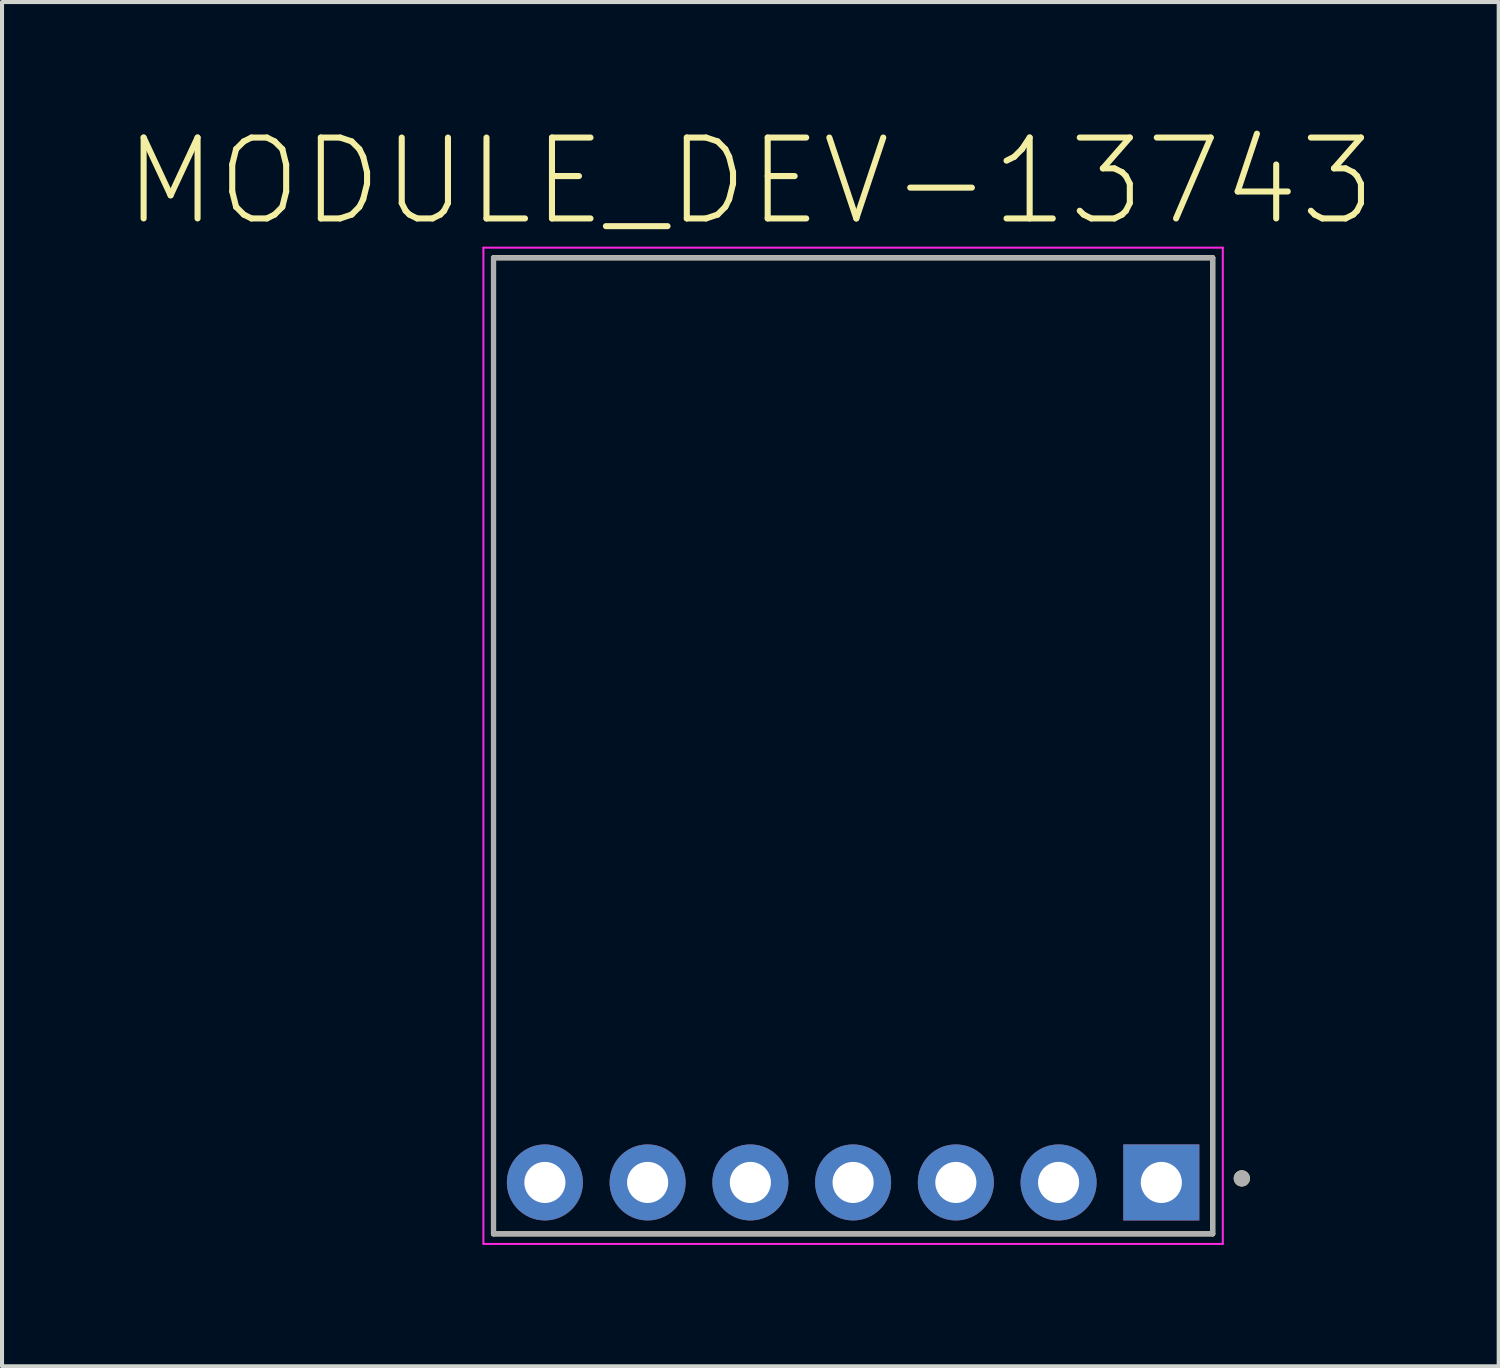
<source format=kicad_pcb>
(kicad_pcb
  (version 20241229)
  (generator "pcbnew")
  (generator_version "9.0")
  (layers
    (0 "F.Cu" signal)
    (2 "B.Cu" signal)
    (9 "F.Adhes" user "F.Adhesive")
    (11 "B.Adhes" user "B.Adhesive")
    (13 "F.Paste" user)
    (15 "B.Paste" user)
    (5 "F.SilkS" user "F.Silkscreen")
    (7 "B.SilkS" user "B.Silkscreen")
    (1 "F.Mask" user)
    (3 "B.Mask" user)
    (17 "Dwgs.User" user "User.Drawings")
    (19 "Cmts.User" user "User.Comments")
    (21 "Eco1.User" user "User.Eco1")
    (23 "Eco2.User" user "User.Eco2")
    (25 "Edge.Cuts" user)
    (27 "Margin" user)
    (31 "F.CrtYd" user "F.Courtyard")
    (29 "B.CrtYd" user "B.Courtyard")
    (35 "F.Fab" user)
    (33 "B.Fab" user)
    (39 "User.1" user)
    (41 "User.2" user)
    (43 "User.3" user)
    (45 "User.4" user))
  (footprint "MODULE_DEV-13743"
    (layer "F.Cu")
    (at 18.041 15.388)
    (property "Reference" "MODULE_DEV-13743" (at -2.54 -13.955 0) (layer "F.SilkS") (effects (font (size 2 2) (thickness 0.15))))
    (attr through_hole)
    (fp_line (start -8.89 -12.065) (end 8.89 -12.065) (stroke (width 0.127) (type solid)) (layer "F.SilkS"))
    (fp_line (start -8.89 12.065) (end -8.89 -12.065) (stroke (width 0.127) (type solid)) (layer "F.SilkS"))
    (fp_line (start 8.89 -12.065) (end 8.89 12.065) (stroke (width 0.127) (type solid)) (layer "F.SilkS"))
    (fp_line (start 8.89 12.065) (end -8.89 12.065) (stroke (width 0.127) (type solid)) (layer "F.SilkS"))
    (fp_circle (center 9.61 10.695) (end 9.71 10.695) (stroke (width 0.2) (type solid)) (fill no) (layer "F.SilkS"))
    (fp_line (start -9.14 -12.315) (end 9.14 -12.315) (stroke (width 0.05) (type solid)) (layer "F.CrtYd"))
    (fp_line (start -9.14 12.315) (end -9.14 -12.315) (stroke (width 0.05) (type solid)) (layer "F.CrtYd"))
    (fp_line (start 9.14 -12.315) (end 9.14 12.315) (stroke (width 0.05) (type solid)) (layer "F.CrtYd"))
    (fp_line (start 9.14 12.315) (end -9.14 12.315) (stroke (width 0.05) (type solid)) (layer "F.CrtYd"))
    (fp_line (start -8.89 -12.065) (end 8.89 -12.065) (stroke (width 0.127) (type solid)) (layer "F.Fab"))
    (fp_line (start -8.89 12.065) (end -8.89 -12.065) (stroke (width 0.127) (type solid)) (layer "F.Fab"))
    (fp_line (start 8.89 -12.065) (end 8.89 12.065) (stroke (width 0.127) (type solid)) (layer "F.Fab"))
    (fp_line (start 8.89 12.065) (end -8.89 12.065) (stroke (width 0.127) (type solid)) (layer "F.Fab"))
    (fp_circle (center 9.61 10.695) (end 9.71 10.695) (stroke (width 0.2) (type solid)) (fill no) (layer "F.Fab"))
    (pad "1" thru_hole rect (at 7.62 10.795) (size 1.88 1.88) (drill 1.016) (layers "*.Cu" "*.Mask"))
    (pad "2" thru_hole circle (at 5.08 10.795) (size 1.88 1.88) (drill 1.016) (layers "*.Cu" "*.Mask"))
    (pad "3" thru_hole circle (at 2.54 10.795) (size 1.88 1.88) (drill 1.016) (layers "*.Cu" "*.Mask"))
    (pad "4" thru_hole circle (at 0 10.795) (size 1.88 1.88) (drill 1.016) (layers "*.Cu" "*.Mask"))
    (pad "5" thru_hole circle (at -2.54 10.795) (size 1.88 1.88) (drill 1.016) (layers "*.Cu" "*.Mask"))
    (pad "6" thru_hole circle (at -5.08 10.795) (size 1.88 1.88) (drill 1.016) (layers "*.Cu" "*.Mask"))
    (pad "7" thru_hole circle (at -7.62 10.795) (size 1.88 1.88) (drill 1.016) (layers "*.Cu" "*.Mask")))
  (gr_rect
    (start -3 -3)
    (end 34.002 30.728)
    (stroke (width 0.1) (type default))
    (fill no)
    (layer "Edge.Cuts")))
</source>
